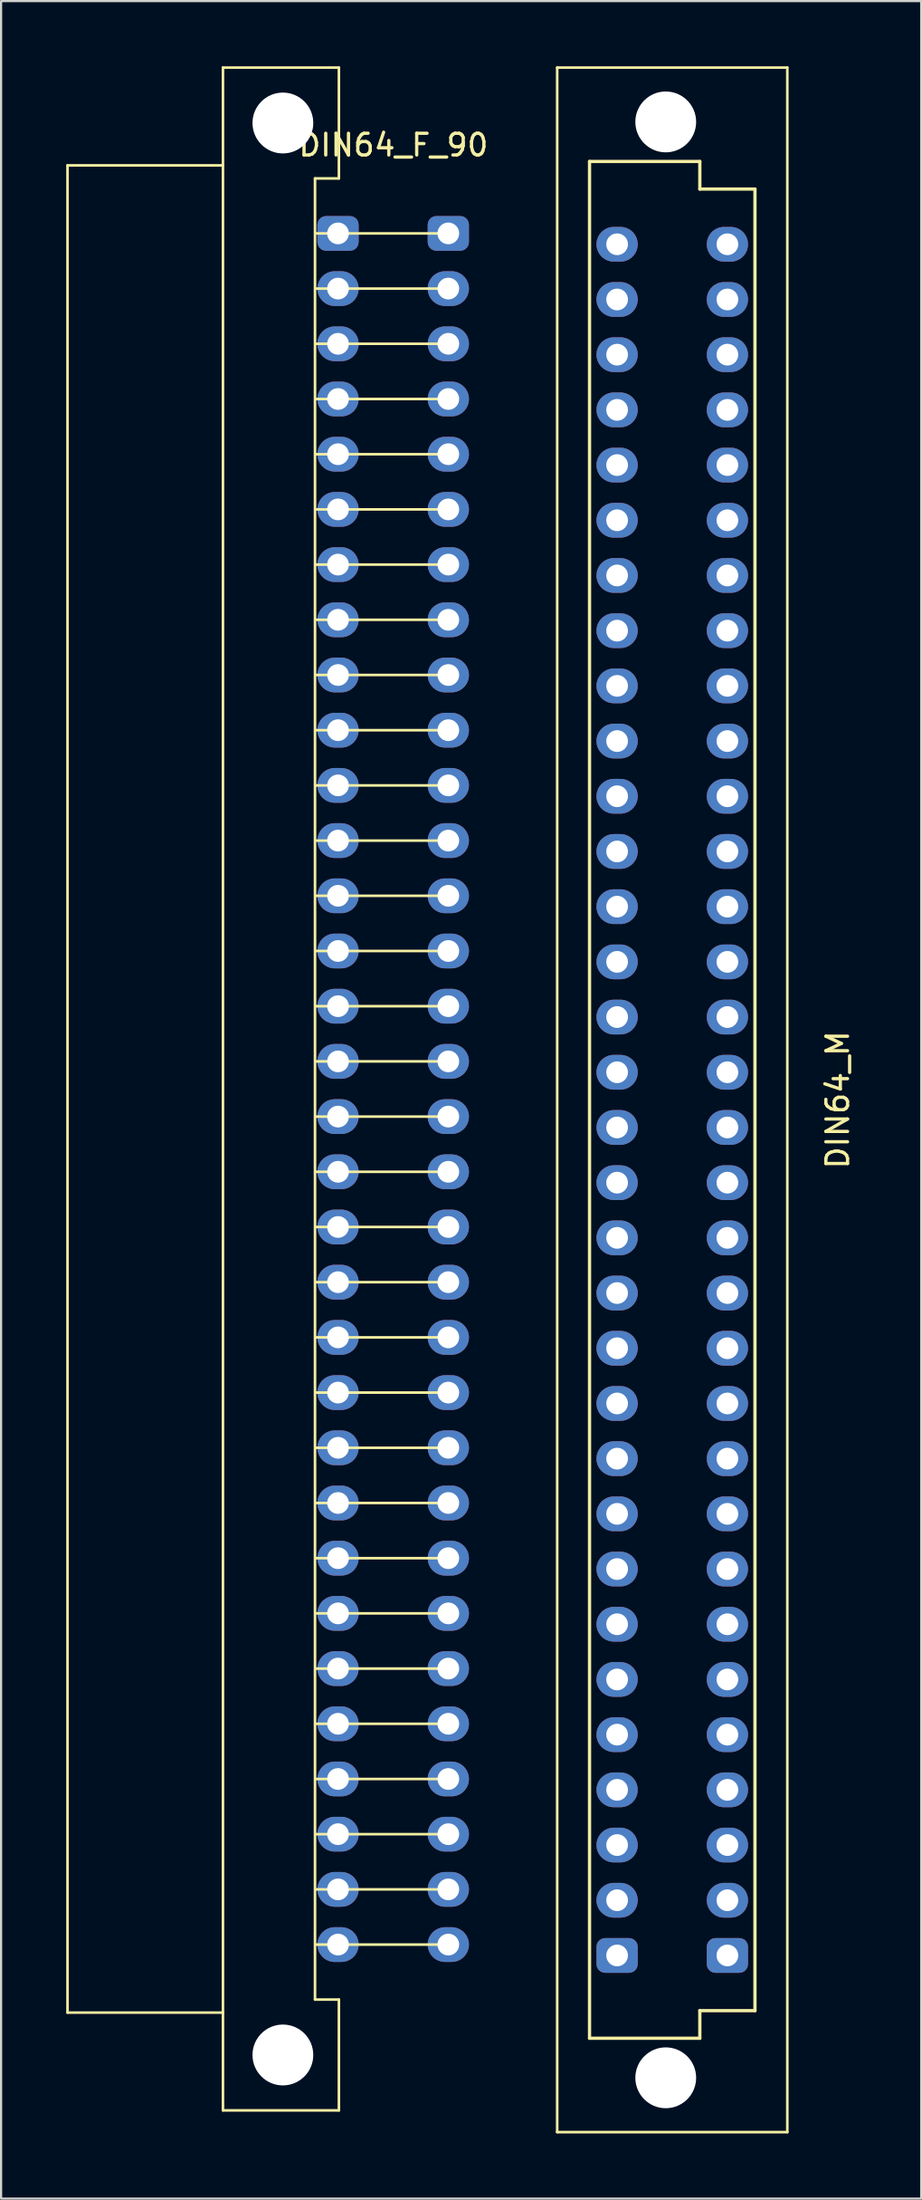
<source format=kicad_pcb>
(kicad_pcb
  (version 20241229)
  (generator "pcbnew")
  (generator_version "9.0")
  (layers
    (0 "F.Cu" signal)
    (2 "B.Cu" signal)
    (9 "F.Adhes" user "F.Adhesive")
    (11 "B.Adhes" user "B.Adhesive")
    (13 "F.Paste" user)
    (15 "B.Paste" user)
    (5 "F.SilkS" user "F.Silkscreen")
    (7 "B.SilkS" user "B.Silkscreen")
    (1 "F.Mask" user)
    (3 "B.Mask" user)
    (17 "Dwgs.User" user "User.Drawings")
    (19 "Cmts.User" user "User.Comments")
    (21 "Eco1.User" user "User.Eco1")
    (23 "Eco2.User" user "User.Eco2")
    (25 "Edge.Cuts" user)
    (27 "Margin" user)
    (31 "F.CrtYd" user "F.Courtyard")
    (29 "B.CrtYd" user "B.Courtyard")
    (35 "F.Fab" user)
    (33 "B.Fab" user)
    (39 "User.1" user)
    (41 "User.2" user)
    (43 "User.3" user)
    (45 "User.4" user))
  (footprint "DIN64_F_90"
    (layer "F.Cu")
    (at 15.06 47.06)
    (property "Reference" "DIN64_F_90" (at 0.013 -43.434 0) (layer "F.SilkS") (effects (font (size 1 1) (thickness 0.15))))
    (attr through_hole)
    (fp_line (start -15 -42.5) (end -15 42.5) (stroke (width 0.12) (type solid)) (layer "F.SilkS"))
    (fp_line (start -15 42.5) (end -7.84 42.5) (stroke (width 0.12) (type solid)) (layer "F.SilkS"))
    (fp_line (start -7.84 -47) (end -7.84 47) (stroke (width 0.12) (type solid)) (layer "F.SilkS"))
    (fp_line (start -7.84 -47) (end -2.5 -47) (stroke (width 0.12) (type solid)) (layer "F.SilkS"))
    (fp_line (start -7.84 -42.5) (end -15 -42.5) (stroke (width 0.12) (type solid)) (layer "F.SilkS"))
    (fp_line (start -7.84 47) (end -2.5 47) (stroke (width 0.12) (type solid)) (layer "F.SilkS"))
    (fp_line (start -3.6 -41.9) (end -3.6 41.9) (stroke (width 0.12) (type solid)) (layer "F.SilkS"))
    (fp_line (start -3.6 -41.9) (end -2.5 -41.9) (stroke (width 0.12) (type solid)) (layer "F.SilkS"))
    (fp_line (start -3.6 41.9) (end -2.5 41.9) (stroke (width 0.12) (type solid)) (layer "F.SilkS"))
    (fp_line (start -2.5 -41.9) (end -2.5 -47) (stroke (width 0.12) (type solid)) (layer "F.SilkS"))
    (fp_line (start -2.5 47) (end -2.5 41.9) (stroke (width 0.12) (type solid)) (layer "F.SilkS"))
    (fp_line (start 2.54 -39.37) (end -3.556 -39.37) (stroke (width 0.12) (type solid)) (layer "F.SilkS"))
    (fp_line (start 2.54 -36.83) (end -3.556 -36.83) (stroke (width 0.12) (type solid)) (layer "F.SilkS"))
    (fp_line (start 2.54 -34.29) (end -3.556 -34.29) (stroke (width 0.12) (type solid)) (layer "F.SilkS"))
    (fp_line (start 2.54 -31.75) (end -3.556 -31.75) (stroke (width 0.12) (type solid)) (layer "F.SilkS"))
    (fp_line (start 2.54 -29.21) (end -3.556 -29.21) (stroke (width 0.12) (type solid)) (layer "F.SilkS"))
    (fp_line (start 2.54 -26.67) (end -3.556 -26.67) (stroke (width 0.12) (type solid)) (layer "F.SilkS"))
    (fp_line (start 2.54 -24.13) (end -3.556 -24.13) (stroke (width 0.12) (type solid)) (layer "F.SilkS"))
    (fp_line (start 2.54 -21.59) (end -3.556 -21.59) (stroke (width 0.12) (type solid)) (layer "F.SilkS"))
    (fp_line (start 2.54 -19.05) (end -3.556 -19.05) (stroke (width 0.12) (type solid)) (layer "F.SilkS"))
    (fp_line (start 2.54 -16.51) (end -3.556 -16.51) (stroke (width 0.12) (type solid)) (layer "F.SilkS"))
    (fp_line (start 2.54 -13.97) (end -3.556 -13.97) (stroke (width 0.12) (type solid)) (layer "F.SilkS"))
    (fp_line (start 2.54 -11.43) (end -3.556 -11.43) (stroke (width 0.12) (type solid)) (layer "F.SilkS"))
    (fp_line (start 2.54 -8.89) (end -3.556 -8.89) (stroke (width 0.12) (type solid)) (layer "F.SilkS"))
    (fp_line (start 2.54 -6.35) (end -3.556 -6.35) (stroke (width 0.12) (type solid)) (layer "F.SilkS"))
    (fp_line (start 2.54 -3.81) (end -3.556 -3.81) (stroke (width 0.12) (type solid)) (layer "F.SilkS"))
    (fp_line (start 2.54 -1.27) (end -3.556 -1.27) (stroke (width 0.12) (type solid)) (layer "F.SilkS"))
    (fp_line (start 2.54 1.27) (end -3.556 1.27) (stroke (width 0.12) (type solid)) (layer "F.SilkS"))
    (fp_line (start 2.54 3.81) (end -3.556 3.81) (stroke (width 0.12) (type solid)) (layer "F.SilkS"))
    (fp_line (start 2.54 6.35) (end -3.556 6.35) (stroke (width 0.12) (type solid)) (layer "F.SilkS"))
    (fp_line (start 2.54 8.89) (end -3.556 8.89) (stroke (width 0.12) (type solid)) (layer "F.SilkS"))
    (fp_line (start 2.54 11.43) (end -3.556 11.43) (stroke (width 0.12) (type solid)) (layer "F.SilkS"))
    (fp_line (start 2.54 13.97) (end -3.556 13.97) (stroke (width 0.12) (type solid)) (layer "F.SilkS"))
    (fp_line (start 2.54 16.51) (end -3.556 16.51) (stroke (width 0.12) (type solid)) (layer "F.SilkS"))
    (fp_line (start 2.54 19.05) (end -3.556 19.05) (stroke (width 0.12) (type solid)) (layer "F.SilkS"))
    (fp_line (start 2.54 21.59) (end -3.556 21.59) (stroke (width 0.12) (type solid)) (layer "F.SilkS"))
    (fp_line (start 2.54 24.13) (end -3.556 24.13) (stroke (width 0.12) (type solid)) (layer "F.SilkS"))
    (fp_line (start 2.54 26.67) (end -3.556 26.67) (stroke (width 0.12) (type solid)) (layer "F.SilkS"))
    (fp_line (start 2.54 29.21) (end -3.556 29.21) (stroke (width 0.12) (type solid)) (layer "F.SilkS"))
    (fp_line (start 2.54 31.75) (end -3.556 31.75) (stroke (width 0.12) (type solid)) (layer "F.SilkS"))
    (fp_line (start 2.54 34.29) (end -3.556 34.29) (stroke (width 0.12) (type solid)) (layer "F.SilkS"))
    (fp_line (start 2.54 36.83) (end -3.556 36.83) (stroke (width 0.12) (type solid)) (layer "F.SilkS"))
    (fp_line (start 2.54 39.37) (end -3.556 39.37) (stroke (width 0.12) (type solid)) (layer "F.SilkS"))
    (pad "" np_thru_hole circle (at -5.08 -44.45) (size 2.8 2.8) (drill 2.8) (layers "*.Cu" "*.Mask"))
    (pad "" np_thru_hole circle (at -5.08 44.45) (size 2.8 2.8) (drill 2.8) (layers "*.Cu" "*.Mask"))
    (pad "1A" thru_hole roundrect (at -2.54 -39.37) (size 1.9 1.6) (drill 1) (layers "*.Cu" "*.Mask") (roundrect_rratio 0.25))
    (pad "1C" thru_hole roundrect (at 2.54 -39.37) (size 1.9 1.6) (drill 1) (layers "*.Cu" "*.Mask") (roundrect_rratio 0.25))
    (pad "2A" thru_hole oval (at -2.54 -36.83) (size 1.9 1.6) (drill 1) (layers "*.Cu" "*.Mask"))
    (pad "2C" thru_hole oval (at 2.54 -36.83) (size 1.9 1.6) (drill 1) (layers "*.Cu" "*.Mask"))
    (pad "3A" thru_hole oval (at -2.54 -34.29) (size 1.9 1.6) (drill 1) (layers "*.Cu" "*.Mask"))
    (pad "3C" thru_hole oval (at 2.54 -34.29) (size 1.9 1.6) (drill 1) (layers "*.Cu" "*.Mask"))
    (pad "4A" thru_hole oval (at -2.54 -31.75) (size 1.9 1.6) (drill 1) (layers "*.Cu" "*.Mask"))
    (pad "4C" thru_hole oval (at 2.54 -31.75) (size 1.9 1.6) (drill 1) (layers "*.Cu" "*.Mask"))
    (pad "5A" thru_hole oval (at -2.54 -29.21) (size 1.9 1.6) (drill 1) (layers "*.Cu" "*.Mask"))
    (pad "5C" thru_hole oval (at 2.54 -29.21) (size 1.9 1.6) (drill 1) (layers "*.Cu" "*.Mask"))
    (pad "6A" thru_hole oval (at -2.54 -26.67) (size 1.9 1.6) (drill 1) (layers "*.Cu" "*.Mask"))
    (pad "6C" thru_hole oval (at 2.54 -26.67) (size 1.9 1.6) (drill 1) (layers "*.Cu" "*.Mask"))
    (pad "7A" thru_hole oval (at -2.54 -24.13) (size 1.9 1.6) (drill 1) (layers "*.Cu" "*.Mask"))
    (pad "7C" thru_hole oval (at 2.54 -24.13) (size 1.9 1.6) (drill 1) (layers "*.Cu" "*.Mask"))
    (pad "8A" thru_hole oval (at -2.54 -21.59) (size 1.9 1.6) (drill 1) (layers "*.Cu" "*.Mask"))
    (pad "8C" thru_hole oval (at 2.54 -21.59) (size 1.9 1.6) (drill 1) (layers "*.Cu" "*.Mask"))
    (pad "9A" thru_hole oval (at -2.54 -19.05) (size 1.9 1.6) (drill 1) (layers "*.Cu" "*.Mask"))
    (pad "9C" thru_hole oval (at 2.54 -19.05) (size 1.9 1.6) (drill 1) (layers "*.Cu" "*.Mask"))
    (pad "10A" thru_hole oval (at -2.54 -16.51) (size 1.9 1.6) (drill 1) (layers "*.Cu" "*.Mask"))
    (pad "10C" thru_hole oval (at 2.54 -16.51) (size 1.9 1.6) (drill 1) (layers "*.Cu" "*.Mask"))
    (pad "11A" thru_hole oval (at -2.54 -13.97) (size 1.9 1.6) (drill 1) (layers "*.Cu" "*.Mask"))
    (pad "11C" thru_hole oval (at 2.54 -13.97) (size 1.9 1.6) (drill 1) (layers "*.Cu" "*.Mask"))
    (pad "12A" thru_hole oval (at -2.54 -11.43) (size 1.9 1.6) (drill 1) (layers "*.Cu" "*.Mask"))
    (pad "12C" thru_hole oval (at 2.54 -11.43) (size 1.9 1.6) (drill 1) (layers "*.Cu" "*.Mask"))
    (pad "13A" thru_hole oval (at -2.54 -8.89) (size 1.9 1.6) (drill 1) (layers "*.Cu" "*.Mask"))
    (pad "13C" thru_hole oval (at 2.54 -8.89) (size 1.9 1.6) (drill 1) (layers "*.Cu" "*.Mask"))
    (pad "14A" thru_hole oval (at -2.54 -6.35) (size 1.9 1.6) (drill 1) (layers "*.Cu" "*.Mask"))
    (pad "14C" thru_hole oval (at 2.54 -6.35) (size 1.9 1.6) (drill 1) (layers "*.Cu" "*.Mask"))
    (pad "15A" thru_hole oval (at -2.54 -3.81) (size 1.9 1.6) (drill 1) (layers "*.Cu" "*.Mask"))
    (pad "15C" thru_hole oval (at 2.54 -3.81) (size 1.9 1.6) (drill 1) (layers "*.Cu" "*.Mask"))
    (pad "16A" thru_hole oval (at -2.54 -1.27) (size 1.9 1.6) (drill 1) (layers "*.Cu" "*.Mask"))
    (pad "16C" thru_hole oval (at 2.54 -1.27) (size 1.9 1.6) (drill 1) (layers "*.Cu" "*.Mask"))
    (pad "17A" thru_hole oval (at -2.54 1.27) (size 1.9 1.6) (drill 1) (layers "*.Cu" "*.Mask"))
    (pad "17C" thru_hole oval (at 2.54 1.27) (size 1.9 1.6) (drill 1) (layers "*.Cu" "*.Mask"))
    (pad "18A" thru_hole oval (at -2.54 3.81) (size 1.9 1.6) (drill 1) (layers "*.Cu" "*.Mask"))
    (pad "18C" thru_hole oval (at 2.54 3.81) (size 1.9 1.6) (drill 1) (layers "*.Cu" "*.Mask"))
    (pad "19A" thru_hole oval (at -2.54 6.35) (size 1.9 1.6) (drill 1) (layers "*.Cu" "*.Mask"))
    (pad "19C" thru_hole oval (at 2.54 6.35) (size 1.9 1.6) (drill 1) (layers "*.Cu" "*.Mask"))
    (pad "20A" thru_hole oval (at -2.54 8.89) (size 1.9 1.6) (drill 1) (layers "*.Cu" "*.Mask"))
    (pad "20C" thru_hole oval (at 2.54 8.89) (size 1.9 1.6) (drill 1) (layers "*.Cu" "*.Mask"))
    (pad "21A" thru_hole oval (at -2.54 11.43) (size 1.9 1.6) (drill 1) (layers "*.Cu" "*.Mask"))
    (pad "21C" thru_hole oval (at 2.54 11.43) (size 1.9 1.6) (drill 1) (layers "*.Cu" "*.Mask"))
    (pad "22A" thru_hole oval (at -2.54 13.97) (size 1.9 1.6) (drill 1) (layers "*.Cu" "*.Mask"))
    (pad "22C" thru_hole oval (at 2.54 13.97) (size 1.9 1.6) (drill 1) (layers "*.Cu" "*.Mask"))
    (pad "23A" thru_hole oval (at -2.54 16.51) (size 1.9 1.6) (drill 1) (layers "*.Cu" "*.Mask"))
    (pad "23C" thru_hole oval (at 2.54 16.51) (size 1.9 1.6) (drill 1) (layers "*.Cu" "*.Mask"))
    (pad "24A" thru_hole oval (at -2.54 19.05) (size 1.9 1.6) (drill 1) (layers "*.Cu" "*.Mask"))
    (pad "24C" thru_hole oval (at 2.54 19.05) (size 1.9 1.6) (drill 1) (layers "*.Cu" "*.Mask"))
    (pad "25A" thru_hole oval (at -2.54 21.59) (size 1.9 1.6) (drill 1) (layers "*.Cu" "*.Mask"))
    (pad "25C" thru_hole oval (at 2.54 21.59) (size 1.9 1.6) (drill 1) (layers "*.Cu" "*.Mask"))
    (pad "26A" thru_hole oval (at -2.54 24.13) (size 1.9 1.6) (drill 1) (layers "*.Cu" "*.Mask"))
    (pad "26C" thru_hole oval (at 2.54 24.13) (size 1.9 1.6) (drill 1) (layers "*.Cu" "*.Mask"))
    (pad "27A" thru_hole oval (at -2.54 26.67) (size 1.9 1.6) (drill 1) (layers "*.Cu" "*.Mask"))
    (pad "27C" thru_hole oval (at 2.54 26.67) (size 1.9 1.6) (drill 1) (layers "*.Cu" "*.Mask"))
    (pad "28A" thru_hole oval (at -2.54 29.21) (size 1.9 1.6) (drill 1) (layers "*.Cu" "*.Mask"))
    (pad "28C" thru_hole oval (at 2.54 29.21) (size 1.9 1.6) (drill 1) (layers "*.Cu" "*.Mask"))
    (pad "29A" thru_hole oval (at -2.54 31.75) (size 1.9 1.6) (drill 1) (layers "*.Cu" "*.Mask"))
    (pad "29C" thru_hole oval (at 2.54 31.75) (size 1.9 1.6) (drill 1) (layers "*.Cu" "*.Mask"))
    (pad "30A" thru_hole oval (at -2.54 34.29) (size 1.9 1.6) (drill 1) (layers "*.Cu" "*.Mask"))
    (pad "30C" thru_hole oval (at 2.54 34.29) (size 1.9 1.6) (drill 1) (layers "*.Cu" "*.Mask"))
    (pad "31A" thru_hole oval (at -2.54 36.83) (size 1.9 1.6) (drill 1) (layers "*.Cu" "*.Mask"))
    (pad "31C" thru_hole oval (at 2.54 36.83) (size 1.9 1.6) (drill 1) (layers "*.Cu" "*.Mask"))
    (pad "32A" thru_hole oval (at -2.54 39.37) (size 1.9 1.6) (drill 1) (layers "*.Cu" "*.Mask"))
    (pad "32C" thru_hole oval (at 2.54 39.37) (size 1.9 1.6) (drill 1) (layers "*.Cu" "*.Mask")))
  (footprint "DIN64_M"
    (layer "F.Cu")
    (at 27.915 47.56)
    (property "Reference" "DIN64_M" (at 7.62 0 90) (layer "F.SilkS") (effects (font (size 1 1) (thickness 0.15))))
    (attr through_hole)
    (fp_line (start -5.3 -47.5) (end -5.3 47.5) (stroke (width 0.12) (type solid)) (layer "F.SilkS"))
    (fp_line (start -5.3 -47.5) (end 5.3 -47.5) (stroke (width 0.12) (type solid)) (layer "F.SilkS"))
    (fp_line (start -5.3 47.5) (end 5.3 47.5) (stroke (width 0.12) (type solid)) (layer "F.SilkS"))
    (fp_line (start -3.81 -43.18) (end 1.27 -43.18) (stroke (width 0.15) (type solid)) (layer "F.SilkS"))
    (fp_line (start -3.81 43.18) (end -3.81 -43.18) (stroke (width 0.15) (type solid)) (layer "F.SilkS"))
    (fp_line (start 1.27 -43.18) (end 1.27 -41.91) (stroke (width 0.15) (type solid)) (layer "F.SilkS"))
    (fp_line (start 1.27 -41.91) (end 3.81 -41.91) (stroke (width 0.15) (type solid)) (layer "F.SilkS"))
    (fp_line (start 1.27 41.91) (end 1.27 43.18) (stroke (width 0.15) (type solid)) (layer "F.SilkS"))
    (fp_line (start 1.27 43.18) (end -3.81 43.18) (stroke (width 0.15) (type solid)) (layer "F.SilkS"))
    (fp_line (start 3.81 -41.91) (end 3.81 41.91) (stroke (width 0.15) (type solid)) (layer "F.SilkS"))
    (fp_line (start 3.81 41.91) (end 1.27 41.91) (stroke (width 0.15) (type solid)) (layer "F.SilkS"))
    (fp_line (start 5.3 -47.5) (end 5.3 47.5) (stroke (width 0.12) (type solid)) (layer "F.SilkS"))
    (pad "" np_thru_hole circle (at -0.3 -45) (size 2.8 2.8) (drill 2.8) (layers "*.Cu" "*.Mask"))
    (pad "" np_thru_hole circle (at -0.3 45) (size 2.8 2.8) (drill 2.8) (layers "*.Cu" "*.Mask"))
    (pad "1A" thru_hole roundrect (at -2.54 39.37) (size 1.9 1.6) (drill 1) (layers "*.Cu" "*.Mask") (roundrect_rratio 0.25))
    (pad "1C" thru_hole roundrect (at 2.54 39.37) (size 1.9 1.6) (drill 1) (layers "*.Cu" "*.Mask") (roundrect_rratio 0.25))
    (pad "2A" thru_hole oval (at -2.54 36.83) (size 1.9 1.6) (drill 1) (layers "*.Cu" "*.Mask"))
    (pad "2C" thru_hole oval (at 2.54 36.83) (size 1.9 1.6) (drill 1) (layers "*.Cu" "*.Mask"))
    (pad "3A" thru_hole oval (at -2.54 34.29) (size 1.9 1.6) (drill 1) (layers "*.Cu" "*.Mask"))
    (pad "3C" thru_hole oval (at 2.54 34.29) (size 1.9 1.6) (drill 1) (layers "*.Cu" "*.Mask"))
    (pad "4A" thru_hole oval (at -2.54 31.75) (size 1.9 1.6) (drill 1) (layers "*.Cu" "*.Mask"))
    (pad "4C" thru_hole oval (at 2.54 31.75) (size 1.9 1.6) (drill 1) (layers "*.Cu" "*.Mask"))
    (pad "5A" thru_hole oval (at -2.54 29.21) (size 1.9 1.6) (drill 1) (layers "*.Cu" "*.Mask"))
    (pad "5C" thru_hole oval (at 2.54 29.21) (size 1.9 1.6) (drill 1) (layers "*.Cu" "*.Mask"))
    (pad "6A" thru_hole oval (at -2.54 26.67) (size 1.9 1.6) (drill 1) (layers "*.Cu" "*.Mask"))
    (pad "6C" thru_hole oval (at 2.54 26.67) (size 1.9 1.6) (drill 1) (layers "*.Cu" "*.Mask"))
    (pad "7A" thru_hole oval (at -2.54 24.13) (size 1.9 1.6) (drill 1) (layers "*.Cu" "*.Mask"))
    (pad "7C" thru_hole oval (at 2.54 24.13) (size 1.9 1.6) (drill 1) (layers "*.Cu" "*.Mask"))
    (pad "8A" thru_hole oval (at -2.54 21.59) (size 1.9 1.6) (drill 1) (layers "*.Cu" "*.Mask"))
    (pad "8C" thru_hole oval (at 2.54 21.59) (size 1.9 1.6) (drill 1) (layers "*.Cu" "*.Mask"))
    (pad "9A" thru_hole oval (at -2.54 19.05) (size 1.9 1.6) (drill 1) (layers "*.Cu" "*.Mask"))
    (pad "9C" thru_hole oval (at 2.54 19.05) (size 1.9 1.6) (drill 1) (layers "*.Cu" "*.Mask"))
    (pad "10A" thru_hole oval (at -2.54 16.51) (size 1.9 1.6) (drill 1) (layers "*.Cu" "*.Mask"))
    (pad "10C" thru_hole oval (at 2.54 16.51) (size 1.9 1.6) (drill 1) (layers "*.Cu" "*.Mask"))
    (pad "11A" thru_hole oval (at -2.54 13.97) (size 1.9 1.6) (drill 1) (layers "*.Cu" "*.Mask"))
    (pad "11C" thru_hole oval (at 2.54 13.97) (size 1.9 1.6) (drill 1) (layers "*.Cu" "*.Mask"))
    (pad "12A" thru_hole oval (at -2.54 11.43) (size 1.9 1.6) (drill 1) (layers "*.Cu" "*.Mask"))
    (pad "12C" thru_hole oval (at 2.54 11.43) (size 1.9 1.6) (drill 1) (layers "*.Cu" "*.Mask"))
    (pad "13A" thru_hole oval (at -2.54 8.89) (size 1.9 1.6) (drill 1) (layers "*.Cu" "*.Mask"))
    (pad "13C" thru_hole oval (at 2.54 8.89) (size 1.9 1.6) (drill 1) (layers "*.Cu" "*.Mask"))
    (pad "14A" thru_hole oval (at -2.54 6.35 180) (size 1.9 1.6) (drill 1) (layers "*.Cu" "*.Mask"))
    (pad "14C" thru_hole oval (at 2.54 6.35 180) (size 1.9 1.6) (drill 1) (layers "*.Cu" "*.Mask"))
    (pad "15A" thru_hole oval (at -2.54 3.81 180) (size 1.9 1.6) (drill 1) (layers "*.Cu" "*.Mask"))
    (pad "15C" thru_hole oval (at 2.54 3.81 180) (size 1.9 1.6) (drill 1) (layers "*.Cu" "*.Mask"))
    (pad "16A" thru_hole oval (at -2.54 1.27 180) (size 1.9 1.6) (drill 1) (layers "*.Cu" "*.Mask"))
    (pad "16C" thru_hole oval (at 2.54 1.27 180) (size 1.9 1.6) (drill 1) (layers "*.Cu" "*.Mask"))
    (pad "17A" thru_hole oval (at -2.54 -1.27 180) (size 1.9 1.6) (drill 1) (layers "*.Cu" "*.Mask"))
    (pad "17C" thru_hole oval (at 2.54 -1.27 180) (size 1.9 1.6) (drill 1) (layers "*.Cu" "*.Mask"))
    (pad "18A" thru_hole oval (at -2.54 -3.81 180) (size 1.9 1.6) (drill 1) (layers "*.Cu" "*.Mask"))
    (pad "18C" thru_hole oval (at 2.54 -3.81 180) (size 1.9 1.6) (drill 1) (layers "*.Cu" "*.Mask"))
    (pad "19A" thru_hole oval (at -2.54 -6.35 180) (size 1.9 1.6) (drill 1) (layers "*.Cu" "*.Mask"))
    (pad "19C" thru_hole oval (at 2.54 -6.35 180) (size 1.9 1.6) (drill 1) (layers "*.Cu" "*.Mask"))
    (pad "20A" thru_hole oval (at -2.54 -8.89) (size 1.9 1.6) (drill 1) (layers "*.Cu" "*.Mask"))
    (pad "20C" thru_hole oval (at 2.54 -8.89) (size 1.9 1.6) (drill 1) (layers "*.Cu" "*.Mask"))
    (pad "21A" thru_hole oval (at -2.54 -11.43) (size 1.9 1.6) (drill 1) (layers "*.Cu" "*.Mask"))
    (pad "21C" thru_hole oval (at 2.54 -11.43) (size 1.9 1.6) (drill 1) (layers "*.Cu" "*.Mask"))
    (pad "22A" thru_hole oval (at -2.54 -13.97) (size 1.9 1.6) (drill 1) (layers "*.Cu" "*.Mask"))
    (pad "22C" thru_hole oval (at 2.54 -13.97) (size 1.9 1.6) (drill 1) (layers "*.Cu" "*.Mask"))
    (pad "23A" thru_hole oval (at -2.54 -16.51) (size 1.9 1.6) (drill 1) (layers "*.Cu" "*.Mask"))
    (pad "23C" thru_hole oval (at 2.54 -16.51) (size 1.9 1.6) (drill 1) (layers "*.Cu" "*.Mask"))
    (pad "24A" thru_hole oval (at -2.54 -19.05) (size 1.9 1.6) (drill 1) (layers "*.Cu" "*.Mask"))
    (pad "24C" thru_hole oval (at 2.54 -19.05) (size 1.9 1.6) (drill 1) (layers "*.Cu" "*.Mask"))
    (pad "25A" thru_hole oval (at -2.54 -21.59) (size 1.9 1.6) (drill 1) (layers "*.Cu" "*.Mask"))
    (pad "25C" thru_hole oval (at 2.54 -21.59) (size 1.9 1.6) (drill 1) (layers "*.Cu" "*.Mask"))
    (pad "26A" thru_hole oval (at -2.54 -24.13) (size 1.9 1.6) (drill 1) (layers "*.Cu" "*.Mask"))
    (pad "26C" thru_hole oval (at 2.54 -24.13) (size 1.9 1.6) (drill 1) (layers "*.Cu" "*.Mask"))
    (pad "27A" thru_hole oval (at -2.54 -26.67) (size 1.9 1.6) (drill 1) (layers "*.Cu" "*.Mask"))
    (pad "27C" thru_hole oval (at 2.54 -26.67) (size 1.9 1.6) (drill 1) (layers "*.Cu" "*.Mask"))
    (pad "28A" thru_hole oval (at -2.54 -29.21) (size 1.9 1.6) (drill 1) (layers "*.Cu" "*.Mask"))
    (pad "28C" thru_hole oval (at 2.54 -29.21) (size 1.9 1.6) (drill 1) (layers "*.Cu" "*.Mask"))
    (pad "29A" thru_hole oval (at -2.54 -31.75) (size 1.9 1.6) (drill 1) (layers "*.Cu" "*.Mask"))
    (pad "29C" thru_hole oval (at 2.54 -31.75) (size 1.9 1.6) (drill 1) (layers "*.Cu" "*.Mask"))
    (pad "30A" thru_hole oval (at -2.54 -34.29) (size 1.9 1.6) (drill 1) (layers "*.Cu" "*.Mask"))
    (pad "30C" thru_hole oval (at 2.54 -34.29) (size 1.9 1.6) (drill 1) (layers "*.Cu" "*.Mask"))
    (pad "31A" thru_hole oval (at -2.54 -36.83) (size 1.9 1.6) (drill 1) (layers "*.Cu" "*.Mask"))
    (pad "31C" thru_hole oval (at 2.54 -36.83) (size 1.9 1.6) (drill 1) (layers "*.Cu" "*.Mask"))
    (pad "32A" thru_hole oval (at -2.54 -39.37) (size 1.9 1.6) (drill 1) (layers "*.Cu" "*.Mask"))
    (pad "32C" thru_hole oval (at 2.54 -39.37) (size 1.9 1.6) (drill 1) (layers "*.Cu" "*.Mask")))
  (gr_rect
    (start -3 -3)
    (end 39.383 98.12)
    (stroke (width 0.1) (type default))
    (fill no)
    (layer "Edge.Cuts")))
</source>
